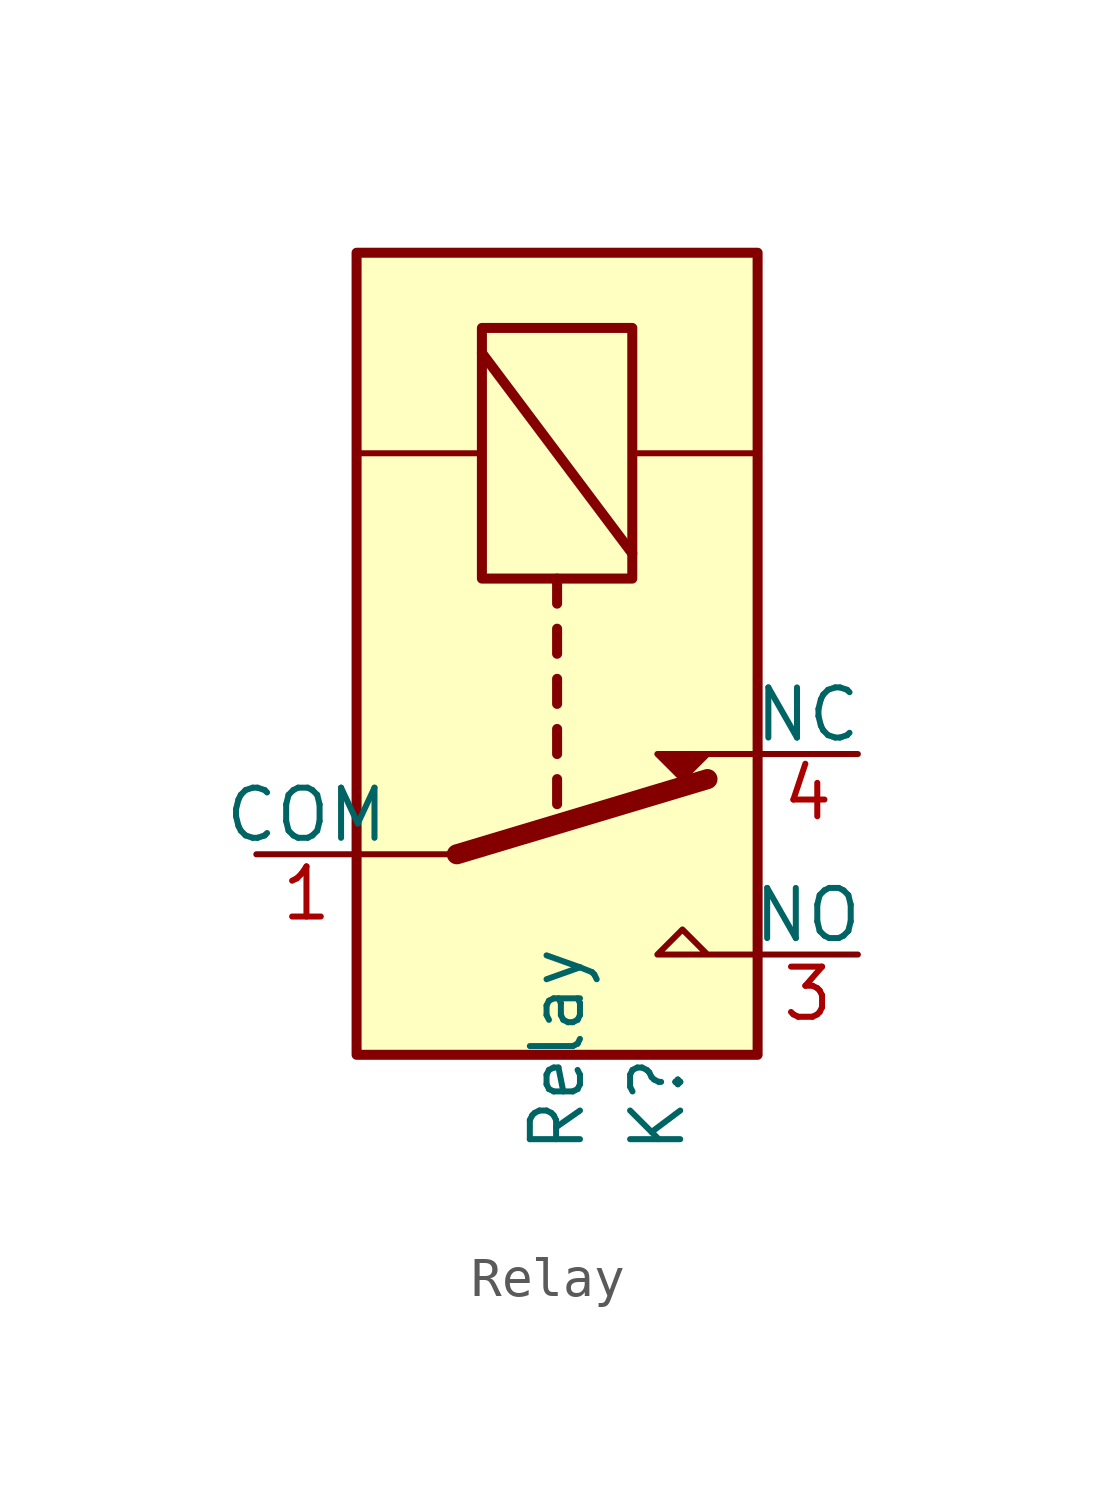
<source format=kicad_sym>
(kicad_symbol_lib
  (version 20231120)
  (generator "kicad_symbol_editor")
  (generator_version "8.0")
  (symbol "Relay"
    (pin_names
      (offset 0))
    (property "Reference" "K"
      (at 3.81 -11.43 90)
      (effects (font (size 1.27 1.27)) (justify left)))
    (property "Value" "Relay"
      (at 1.27 -11.43 90)
      (effects (font (size 1.27 1.27)) (justify left)))
    (symbol "Relay_0_0"
      (polyline (pts (xy 6.35 -6.35) (xy 3.81 -6.35) (xy 4.445 -5.715) (xy 5.08 -6.35)) (stroke (width 0) (type default)) (fill (type none))))
    (symbol "Relay_0_1"
      (polyline (pts (xy -3.81 6.35) (xy -0.635 6.35)) (stroke (width 0) (type default)) (fill (type none)))
      (polyline (pts (xy -1.27 -3.81) (xy -3.81 -3.81)) (stroke (width 0) (type default)) (fill (type none)))
      (polyline (pts (xy -1.27 -3.81) (xy 5.08 -1.905)) (stroke (width 0.508) (type default)) (fill (type none)))
      (polyline (pts (xy -0.635 8.89) (xy 3.175 3.81)) (stroke (width 0.254) (type default)) (fill (type none)))
      (polyline (pts (xy 1.27 -1.905) (xy 1.27 -2.54)) (stroke (width 0.254) (type default)) (fill (type none)))
      (polyline (pts (xy 1.27 -0.635) (xy 1.27 -1.27)) (stroke (width 0.254) (type default)) (fill (type none)))
      (polyline (pts (xy 1.27 0.635) (xy 1.27 0)) (stroke (width 0.254) (type default)) (fill (type none)))
      (polyline (pts (xy 1.27 1.905) (xy 1.27 1.27)) (stroke (width 0.254) (type default)) (fill (type none)))
      (polyline (pts (xy 1.27 3.175) (xy 1.27 2.54)) (stroke (width 0.254) (type default)) (fill (type none)))
      (polyline (pts (xy 6.35 6.35) (xy 3.175 6.35)) (stroke (width 0) (type default)) (fill (type none)))
      (rectangle (start 3.175 9.525) (end -0.635 3.175) (stroke (width 0.254) (type default)) (fill (type none)))
      (rectangle (start 6.35 11.43) (end -3.81 -8.89) (stroke (width 0.254) (type default)) (fill (type background))))
    (symbol "Relay_1_1"
      (polyline (pts (xy 5.08 -1.27) (xy 4.445 -1.905) (xy 3.81 -1.27) (xy 6.35 -1.27)) (stroke (width 0) (type default)) (fill (type outline)))
      (pin power_in line (at -6.35 -3.81 0) (length 2.54) (name "COM" (effects (font (size 1.27 1.27)))) (number "1" (effects (font (size 1.27 1.27)))))
      (pin passive line (at -6.35 6.35 0) (length 2.54) hide (name "~" (effects (font (size 1.27 1.27)))) (number "2" (effects (font (size 1.27 1.27)))))
      (pin power_out line (at 8.89 -6.35 180) (length 2.54) (name "NO" (effects (font (size 1.27 1.27)))) (number "3" (effects (font (size 1.27 1.27)))))
      (pin power_out line (at 8.89 -1.27 180) (length 2.54) (name "NC" (effects (font (size 1.27 1.27)))) (number "4" (effects (font (size 1.27 1.27)))))
      (pin passive line (at 8.89 6.35 180) (length 2.54) hide (name "~" (effects (font (size 1.27 1.27)))) (number "5" (effects (font (size 1.27 1.27))))))))
</source>
